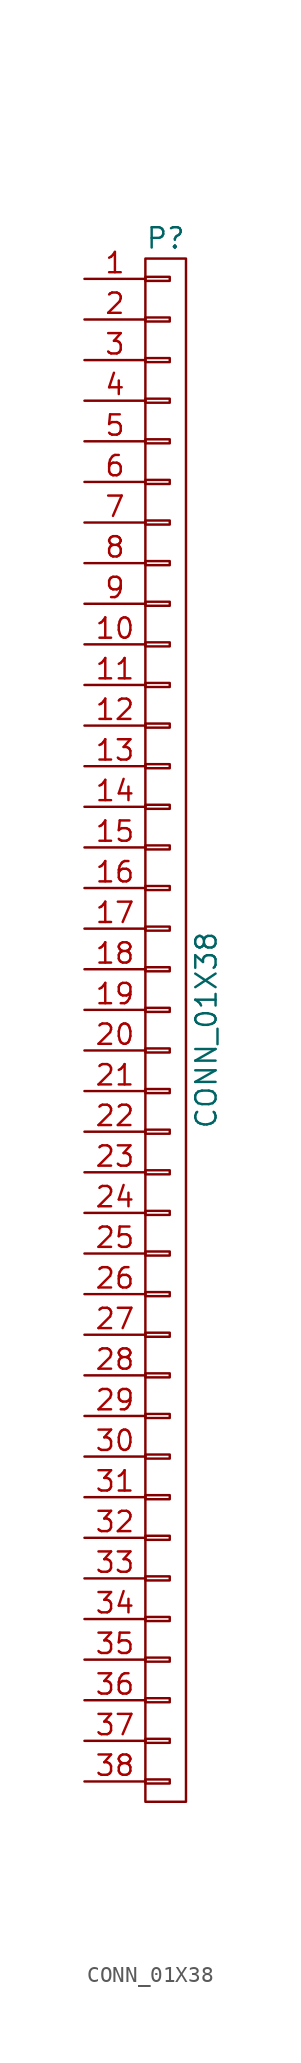
<source format=kicad_sym>
(kicad_symbol_lib
  (version 20211014)
  (generator kicad_symbol_editor)
  (symbol "CONN_01X38"
    (pin_names
      (offset 1.016) hide)
    (property "Reference" "P"
      (at 0 49.53 0)
      (effects (font (size 1.27 1.27))))
    (property "Value" "CONN_01X38"
      (at 2.54 0 90)
      (effects (font (size 1.27 1.27))))
    (property "Footprint" ""
      (at 0 0 0)
      (effects (font (size 1.27 1.27))))
    (property "Datasheet" ""
      (at 0 0 0)
      (effects (font (size 1.27 1.27))))
    (symbol "CONN_01X38_0_1"
      (rectangle (start -1.27 -48.26) (end 1.27 48.26) (stroke (width 0) (type default) (color 0 0 0 0)) (fill (type none)))
      (rectangle (start -1.27 -46.863) (end 0.254 -47.117) (stroke (width 0) (type default) (color 0 0 0 0)) (fill (type none)))
      (rectangle (start -1.27 -44.323) (end 0.254 -44.577) (stroke (width 0) (type default) (color 0 0 0 0)) (fill (type none)))
      (rectangle (start -1.27 -41.783) (end 0.254 -42.037) (stroke (width 0) (type default) (color 0 0 0 0)) (fill (type none)))
      (rectangle (start -1.27 -39.243) (end 0.254 -39.497) (stroke (width 0) (type default) (color 0 0 0 0)) (fill (type none)))
      (rectangle (start -1.27 -36.703) (end 0.254 -36.957) (stroke (width 0) (type default) (color 0 0 0 0)) (fill (type none)))
      (rectangle (start -1.27 -34.163) (end 0.254 -34.417) (stroke (width 0) (type default) (color 0 0 0 0)) (fill (type none)))
      (rectangle (start -1.27 -31.623) (end 0.254 -31.877) (stroke (width 0) (type default) (color 0 0 0 0)) (fill (type none)))
      (rectangle (start -1.27 -29.083) (end 0.254 -29.337) (stroke (width 0) (type default) (color 0 0 0 0)) (fill (type none)))
      (rectangle (start -1.27 -26.543) (end 0.254 -26.797) (stroke (width 0) (type default) (color 0 0 0 0)) (fill (type none)))
      (rectangle (start -1.27 -24.003) (end 0.254 -24.257) (stroke (width 0) (type default) (color 0 0 0 0)) (fill (type none)))
      (rectangle (start -1.27 -21.463) (end 0.254 -21.717) (stroke (width 0) (type default) (color 0 0 0 0)) (fill (type none)))
      (rectangle (start -1.27 -18.923) (end 0.254 -19.177) (stroke (width 0) (type default) (color 0 0 0 0)) (fill (type none)))
      (rectangle (start -1.27 -16.383) (end 0.254 -16.637) (stroke (width 0) (type default) (color 0 0 0 0)) (fill (type none)))
      (rectangle (start -1.27 -13.843) (end 0.254 -14.097) (stroke (width 0) (type default) (color 0 0 0 0)) (fill (type none)))
      (rectangle (start -1.27 -11.303) (end 0.254 -11.557) (stroke (width 0) (type default) (color 0 0 0 0)) (fill (type none)))
      (rectangle (start -1.27 -8.763) (end 0.254 -9.017) (stroke (width 0) (type default) (color 0 0 0 0)) (fill (type none)))
      (rectangle (start -1.27 -6.223) (end 0.254 -6.477) (stroke (width 0) (type default) (color 0 0 0 0)) (fill (type none)))
      (rectangle (start -1.27 -3.683) (end 0.254 -3.937) (stroke (width 0) (type default) (color 0 0 0 0)) (fill (type none)))
      (rectangle (start -1.27 -1.143) (end 0.254 -1.397) (stroke (width 0) (type default) (color 0 0 0 0)) (fill (type none)))
      (rectangle (start -1.27 1.397) (end 0.254 1.143) (stroke (width 0) (type default) (color 0 0 0 0)) (fill (type none)))
      (rectangle (start -1.27 3.937) (end 0.254 3.683) (stroke (width 0) (type default) (color 0 0 0 0)) (fill (type none)))
      (rectangle (start -1.27 6.477) (end 0.254 6.223) (stroke (width 0) (type default) (color 0 0 0 0)) (fill (type none)))
      (rectangle (start -1.27 9.017) (end 0.254 8.763) (stroke (width 0) (type default) (color 0 0 0 0)) (fill (type none)))
      (rectangle (start -1.27 11.557) (end 0.254 11.303) (stroke (width 0) (type default) (color 0 0 0 0)) (fill (type none)))
      (rectangle (start -1.27 14.097) (end 0.254 13.843) (stroke (width 0) (type default) (color 0 0 0 0)) (fill (type none)))
      (rectangle (start -1.27 16.637) (end 0.254 16.383) (stroke (width 0) (type default) (color 0 0 0 0)) (fill (type none)))
      (rectangle (start -1.27 19.177) (end 0.254 18.923) (stroke (width 0) (type default) (color 0 0 0 0)) (fill (type none)))
      (rectangle (start -1.27 21.717) (end 0.254 21.463) (stroke (width 0) (type default) (color 0 0 0 0)) (fill (type none)))
      (rectangle (start -1.27 24.257) (end 0.254 24.003) (stroke (width 0) (type default) (color 0 0 0 0)) (fill (type none)))
      (rectangle (start -1.27 26.797) (end 0.254 26.543) (stroke (width 0) (type default) (color 0 0 0 0)) (fill (type none)))
      (rectangle (start -1.27 29.337) (end 0.254 29.083) (stroke (width 0) (type default) (color 0 0 0 0)) (fill (type none)))
      (rectangle (start -1.27 31.877) (end 0.254 31.623) (stroke (width 0) (type default) (color 0 0 0 0)) (fill (type none)))
      (rectangle (start -1.27 34.417) (end 0.254 34.163) (stroke (width 0) (type default) (color 0 0 0 0)) (fill (type none)))
      (rectangle (start -1.27 36.957) (end 0.254 36.703) (stroke (width 0) (type default) (color 0 0 0 0)) (fill (type none)))
      (rectangle (start -1.27 39.497) (end 0.254 39.243) (stroke (width 0) (type default) (color 0 0 0 0)) (fill (type none)))
      (rectangle (start -1.27 42.037) (end 0.254 41.783) (stroke (width 0) (type default) (color 0 0 0 0)) (fill (type none)))
      (rectangle (start -1.27 44.577) (end 0.254 44.323) (stroke (width 0) (type default) (color 0 0 0 0)) (fill (type none)))
      (rectangle (start -1.27 47.117) (end 0.254 46.863) (stroke (width 0) (type default) (color 0 0 0 0)) (fill (type none))))
    (symbol "CONN_01X38_1_1"
      (pin passive line (at -5.08 46.99 0) (length 3.81) (name "P1" (effects (font (size 1.27 1.27)))) (number "1" (effects (font (size 1.27 1.27)))))
      (pin passive line (at -5.08 24.13 0) (length 3.81) (name "P10" (effects (font (size 1.27 1.27)))) (number "10" (effects (font (size 1.27 1.27)))))
      (pin passive line (at -5.08 21.59 0) (length 3.81) (name "P11" (effects (font (size 1.27 1.27)))) (number "11" (effects (font (size 1.27 1.27)))))
      (pin passive line (at -5.08 19.05 0) (length 3.81) (name "P12" (effects (font (size 1.27 1.27)))) (number "12" (effects (font (size 1.27 1.27)))))
      (pin passive line (at -5.08 16.51 0) (length 3.81) (name "P13" (effects (font (size 1.27 1.27)))) (number "13" (effects (font (size 1.27 1.27)))))
      (pin passive line (at -5.08 13.97 0) (length 3.81) (name "P14" (effects (font (size 1.27 1.27)))) (number "14" (effects (font (size 1.27 1.27)))))
      (pin passive line (at -5.08 11.43 0) (length 3.81) (name "P15" (effects (font (size 1.27 1.27)))) (number "15" (effects (font (size 1.27 1.27)))))
      (pin passive line (at -5.08 8.89 0) (length 3.81) (name "P16" (effects (font (size 1.27 1.27)))) (number "16" (effects (font (size 1.27 1.27)))))
      (pin passive line (at -5.08 6.35 0) (length 3.81) (name "P17" (effects (font (size 1.27 1.27)))) (number "17" (effects (font (size 1.27 1.27)))))
      (pin passive line (at -5.08 3.81 0) (length 3.81) (name "P18" (effects (font (size 1.27 1.27)))) (number "18" (effects (font (size 1.27 1.27)))))
      (pin passive line (at -5.08 1.27 0) (length 3.81) (name "P19" (effects (font (size 1.27 1.27)))) (number "19" (effects (font (size 1.27 1.27)))))
      (pin passive line (at -5.08 44.45 0) (length 3.81) (name "P2" (effects (font (size 1.27 1.27)))) (number "2" (effects (font (size 1.27 1.27)))))
      (pin passive line (at -5.08 -1.27 0) (length 3.81) (name "P20" (effects (font (size 1.27 1.27)))) (number "20" (effects (font (size 1.27 1.27)))))
      (pin passive line (at -5.08 -3.81 0) (length 3.81) (name "P21" (effects (font (size 1.27 1.27)))) (number "21" (effects (font (size 1.27 1.27)))))
      (pin passive line (at -5.08 -6.35 0) (length 3.81) (name "P22" (effects (font (size 1.27 1.27)))) (number "22" (effects (font (size 1.27 1.27)))))
      (pin passive line (at -5.08 -8.89 0) (length 3.81) (name "P23" (effects (font (size 1.27 1.27)))) (number "23" (effects (font (size 1.27 1.27)))))
      (pin passive line (at -5.08 -11.43 0) (length 3.81) (name "P24" (effects (font (size 1.27 1.27)))) (number "24" (effects (font (size 1.27 1.27)))))
      (pin passive line (at -5.08 -13.97 0) (length 3.81) (name "P25" (effects (font (size 1.27 1.27)))) (number "25" (effects (font (size 1.27 1.27)))))
      (pin passive line (at -5.08 -16.51 0) (length 3.81) (name "P26" (effects (font (size 1.27 1.27)))) (number "26" (effects (font (size 1.27 1.27)))))
      (pin passive line (at -5.08 -19.05 0) (length 3.81) (name "P27" (effects (font (size 1.27 1.27)))) (number "27" (effects (font (size 1.27 1.27)))))
      (pin passive line (at -5.08 -21.59 0) (length 3.81) (name "P28" (effects (font (size 1.27 1.27)))) (number "28" (effects (font (size 1.27 1.27)))))
      (pin passive line (at -5.08 -24.13 0) (length 3.81) (name "P29" (effects (font (size 1.27 1.27)))) (number "29" (effects (font (size 1.27 1.27)))))
      (pin passive line (at -5.08 41.91 0) (length 3.81) (name "P3" (effects (font (size 1.27 1.27)))) (number "3" (effects (font (size 1.27 1.27)))))
      (pin passive line (at -5.08 -26.67 0) (length 3.81) (name "P30" (effects (font (size 1.27 1.27)))) (number "30" (effects (font (size 1.27 1.27)))))
      (pin passive line (at -5.08 -29.21 0) (length 3.81) (name "P31" (effects (font (size 1.27 1.27)))) (number "31" (effects (font (size 1.27 1.27)))))
      (pin passive line (at -5.08 -31.75 0) (length 3.81) (name "P32" (effects (font (size 1.27 1.27)))) (number "32" (effects (font (size 1.27 1.27)))))
      (pin passive line (at -5.08 -34.29 0) (length 3.81) (name "P33" (effects (font (size 1.27 1.27)))) (number "33" (effects (font (size 1.27 1.27)))))
      (pin passive line (at -5.08 -36.83 0) (length 3.81) (name "P34" (effects (font (size 1.27 1.27)))) (number "34" (effects (font (size 1.27 1.27)))))
      (pin passive line (at -5.08 -39.37 0) (length 3.81) (name "P35" (effects (font (size 1.27 1.27)))) (number "35" (effects (font (size 1.27 1.27)))))
      (pin passive line (at -5.08 -41.91 0) (length 3.81) (name "P36" (effects (font (size 1.27 1.27)))) (number "36" (effects (font (size 1.27 1.27)))))
      (pin passive line (at -5.08 -44.45 0) (length 3.81) (name "P37" (effects (font (size 1.27 1.27)))) (number "37" (effects (font (size 1.27 1.27)))))
      (pin passive line (at -5.08 -46.99 0) (length 3.81) (name "P38" (effects (font (size 1.27 1.27)))) (number "38" (effects (font (size 1.27 1.27)))))
      (pin passive line (at -5.08 39.37 0) (length 3.81) (name "P4" (effects (font (size 1.27 1.27)))) (number "4" (effects (font (size 1.27 1.27)))))
      (pin passive line (at -5.08 36.83 0) (length 3.81) (name "P5" (effects (font (size 1.27 1.27)))) (number "5" (effects (font (size 1.27 1.27)))))
      (pin passive line (at -5.08 34.29 0) (length 3.81) (name "P6" (effects (font (size 1.27 1.27)))) (number "6" (effects (font (size 1.27 1.27)))))
      (pin passive line (at -5.08 31.75 0) (length 3.81) (name "P7" (effects (font (size 1.27 1.27)))) (number "7" (effects (font (size 1.27 1.27)))))
      (pin passive line (at -5.08 29.21 0) (length 3.81) (name "P8" (effects (font (size 1.27 1.27)))) (number "8" (effects (font (size 1.27 1.27)))))
      (pin passive line (at -5.08 26.67 0) (length 3.81) (name "P9" (effects (font (size 1.27 1.27)))) (number "9" (effects (font (size 1.27 1.27))))))))
</source>
